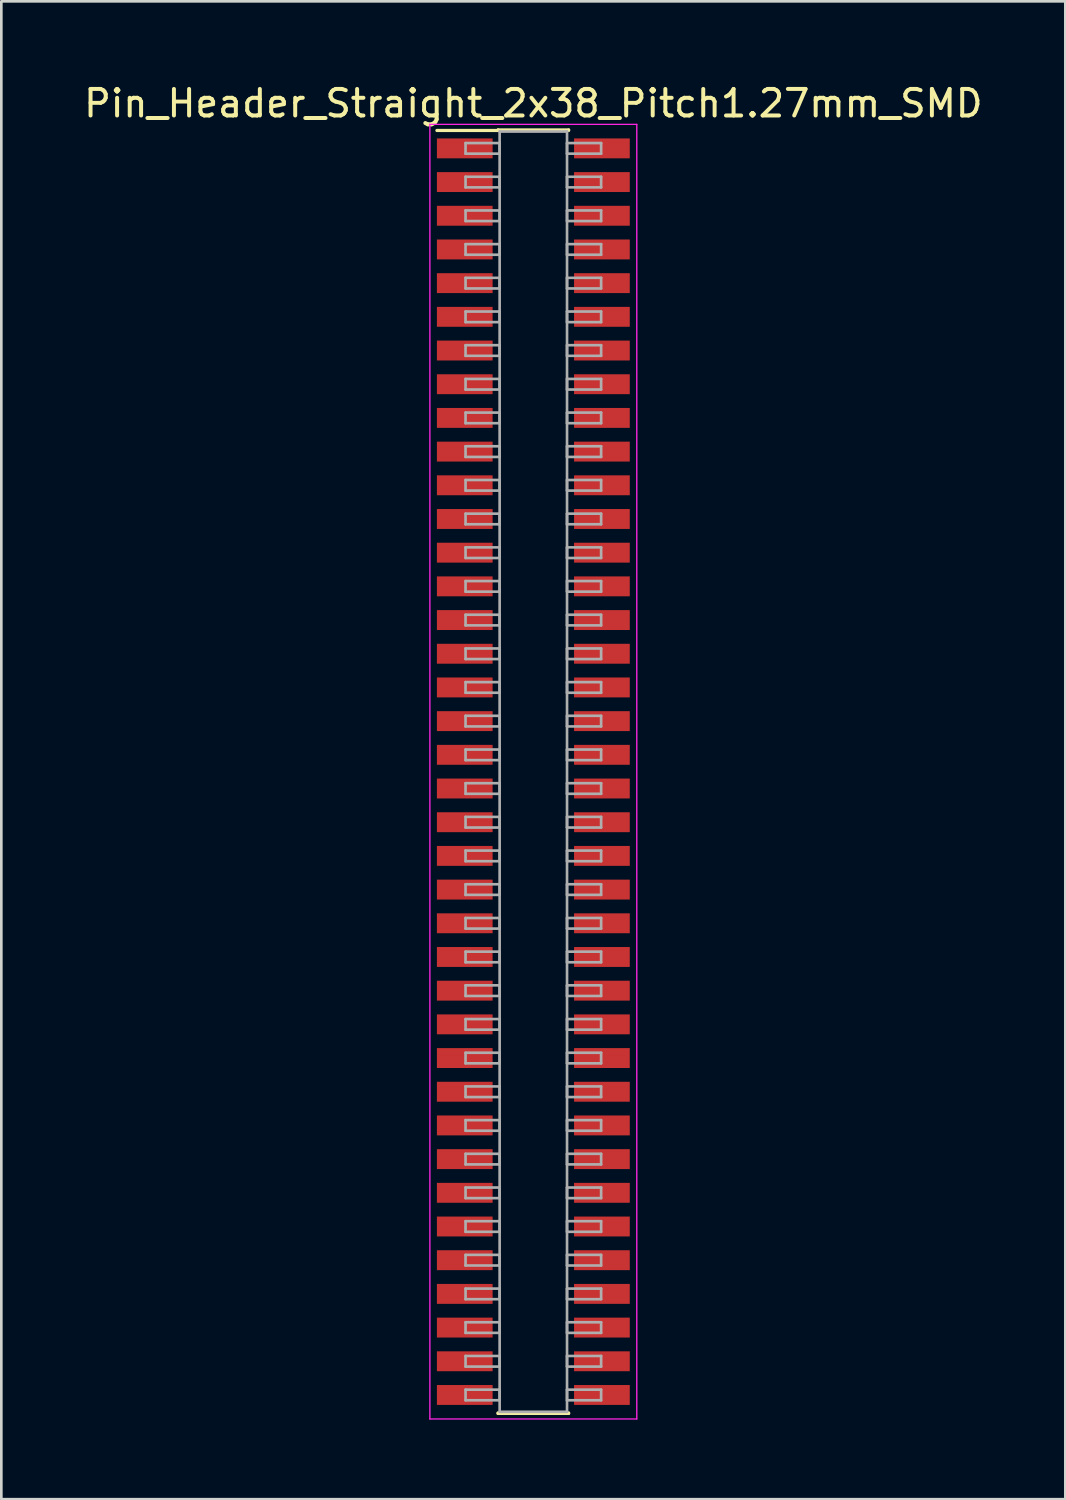
<source format=kicad_pcb>
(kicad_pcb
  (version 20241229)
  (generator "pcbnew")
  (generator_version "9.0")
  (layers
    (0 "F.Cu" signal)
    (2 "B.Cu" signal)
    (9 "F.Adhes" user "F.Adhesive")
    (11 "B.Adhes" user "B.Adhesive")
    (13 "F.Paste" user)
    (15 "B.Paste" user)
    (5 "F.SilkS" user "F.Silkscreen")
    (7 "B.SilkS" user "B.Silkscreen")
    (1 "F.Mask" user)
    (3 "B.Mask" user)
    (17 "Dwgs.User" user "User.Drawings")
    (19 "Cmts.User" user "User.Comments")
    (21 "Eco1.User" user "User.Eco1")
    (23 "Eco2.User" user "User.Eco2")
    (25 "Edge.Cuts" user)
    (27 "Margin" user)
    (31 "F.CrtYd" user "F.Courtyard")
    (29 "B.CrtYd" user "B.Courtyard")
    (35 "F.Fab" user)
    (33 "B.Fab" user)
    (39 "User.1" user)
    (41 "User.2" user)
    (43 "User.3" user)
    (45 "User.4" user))
  (footprint "Pin_Header_Straight_2x38_Pitch1.27mm_SMD"
    (layer "F.Cu")
    (at 17.054 26.038)
    (property "Reference" "Pin_Header_Straight_2x38_Pitch1.27mm_SMD" (at 0 -25.19 0) (layer "F.SilkS") (effects (font (size 1 1) (thickness 0.15))))
    (attr smd)
    (fp_line (start -3.635 -24.17) (end -1.33 -24.17) (stroke (width 0.12) (type solid)) (layer "F.SilkS"))
    (fp_line (start -1.33 -24.19) (end 1.33 -24.19) (stroke (width 0.12) (type solid)) (layer "F.SilkS"))
    (fp_line (start -1.33 -24.17) (end -1.33 -24.19) (stroke (width 0.12) (type solid)) (layer "F.SilkS"))
    (fp_line (start -1.33 24.17) (end -1.33 24.19) (stroke (width 0.12) (type solid)) (layer "F.SilkS"))
    (fp_line (start -1.33 24.19) (end 1.33 24.19) (stroke (width 0.12) (type solid)) (layer "F.SilkS"))
    (fp_line (start 1.33 -24.19) (end 1.33 -24.17) (stroke (width 0.12) (type solid)) (layer "F.SilkS"))
    (fp_line (start 1.33 24.19) (end 1.33 24.17) (stroke (width 0.12) (type solid)) (layer "F.SilkS"))
    (fp_line (start -3.9 -24.4) (end -3.9 24.4) (stroke (width 0.05) (type solid)) (layer "F.CrtYd"))
    (fp_line (start -3.9 24.4) (end 3.9 24.4) (stroke (width 0.05) (type solid)) (layer "F.CrtYd"))
    (fp_line (start 3.9 -24.4) (end -3.9 -24.4) (stroke (width 0.05) (type solid)) (layer "F.CrtYd"))
    (fp_line (start 3.9 24.4) (end 3.9 -24.4) (stroke (width 0.05) (type solid)) (layer "F.CrtYd"))
    (fp_line (start -2.555 -23.695) (end -1.27 -23.695) (stroke (width 0.1) (type solid)) (layer "F.Fab"))
    (fp_line (start -2.555 -23.295) (end -2.555 -23.695) (stroke (width 0.1) (type solid)) (layer "F.Fab"))
    (fp_line (start -2.555 -22.425) (end -1.27 -22.425) (stroke (width 0.1) (type solid)) (layer "F.Fab"))
    (fp_line (start -2.555 -22.025) (end -2.555 -22.425) (stroke (width 0.1) (type solid)) (layer "F.Fab"))
    (fp_line (start -2.555 -21.155) (end -1.27 -21.155) (stroke (width 0.1) (type solid)) (layer "F.Fab"))
    (fp_line (start -2.555 -20.755) (end -2.555 -21.155) (stroke (width 0.1) (type solid)) (layer "F.Fab"))
    (fp_line (start -2.555 -19.885) (end -1.27 -19.885) (stroke (width 0.1) (type solid)) (layer "F.Fab"))
    (fp_line (start -2.555 -19.485) (end -2.555 -19.885) (stroke (width 0.1) (type solid)) (layer "F.Fab"))
    (fp_line (start -2.555 -18.615) (end -1.27 -18.615) (stroke (width 0.1) (type solid)) (layer "F.Fab"))
    (fp_line (start -2.555 -18.215) (end -2.555 -18.615) (stroke (width 0.1) (type solid)) (layer "F.Fab"))
    (fp_line (start -2.555 -17.345) (end -1.27 -17.345) (stroke (width 0.1) (type solid)) (layer "F.Fab"))
    (fp_line (start -2.555 -16.945) (end -2.555 -17.345) (stroke (width 0.1) (type solid)) (layer "F.Fab"))
    (fp_line (start -2.555 -16.075) (end -1.27 -16.075) (stroke (width 0.1) (type solid)) (layer "F.Fab"))
    (fp_line (start -2.555 -15.675) (end -2.555 -16.075) (stroke (width 0.1) (type solid)) (layer "F.Fab"))
    (fp_line (start -2.555 -14.805) (end -1.27 -14.805) (stroke (width 0.1) (type solid)) (layer "F.Fab"))
    (fp_line (start -2.555 -14.405) (end -2.555 -14.805) (stroke (width 0.1) (type solid)) (layer "F.Fab"))
    (fp_line (start -2.555 -13.535) (end -1.27 -13.535) (stroke (width 0.1) (type solid)) (layer "F.Fab"))
    (fp_line (start -2.555 -13.135) (end -2.555 -13.535) (stroke (width 0.1) (type solid)) (layer "F.Fab"))
    (fp_line (start -2.555 -12.265) (end -1.27 -12.265) (stroke (width 0.1) (type solid)) (layer "F.Fab"))
    (fp_line (start -2.555 -11.865) (end -2.555 -12.265) (stroke (width 0.1) (type solid)) (layer "F.Fab"))
    (fp_line (start -2.555 -10.995) (end -1.27 -10.995) (stroke (width 0.1) (type solid)) (layer "F.Fab"))
    (fp_line (start -2.555 -10.595) (end -2.555 -10.995) (stroke (width 0.1) (type solid)) (layer "F.Fab"))
    (fp_line (start -2.555 -9.725) (end -1.27 -9.725) (stroke (width 0.1) (type solid)) (layer "F.Fab"))
    (fp_line (start -2.555 -9.325) (end -2.555 -9.725) (stroke (width 0.1) (type solid)) (layer "F.Fab"))
    (fp_line (start -2.555 -8.455) (end -1.27 -8.455) (stroke (width 0.1) (type solid)) (layer "F.Fab"))
    (fp_line (start -2.555 -8.055) (end -2.555 -8.455) (stroke (width 0.1) (type solid)) (layer "F.Fab"))
    (fp_line (start -2.555 -7.185) (end -1.27 -7.185) (stroke (width 0.1) (type solid)) (layer "F.Fab"))
    (fp_line (start -2.555 -6.785) (end -2.555 -7.185) (stroke (width 0.1) (type solid)) (layer "F.Fab"))
    (fp_line (start -2.555 -5.915) (end -1.27 -5.915) (stroke (width 0.1) (type solid)) (layer "F.Fab"))
    (fp_line (start -2.555 -5.515) (end -2.555 -5.915) (stroke (width 0.1) (type solid)) (layer "F.Fab"))
    (fp_line (start -2.555 -4.645) (end -1.27 -4.645) (stroke (width 0.1) (type solid)) (layer "F.Fab"))
    (fp_line (start -2.555 -4.245) (end -2.555 -4.645) (stroke (width 0.1) (type solid)) (layer "F.Fab"))
    (fp_line (start -2.555 -3.375) (end -1.27 -3.375) (stroke (width 0.1) (type solid)) (layer "F.Fab"))
    (fp_line (start -2.555 -2.975) (end -2.555 -3.375) (stroke (width 0.1) (type solid)) (layer "F.Fab"))
    (fp_line (start -2.555 -2.105) (end -1.27 -2.105) (stroke (width 0.1) (type solid)) (layer "F.Fab"))
    (fp_line (start -2.555 -1.705) (end -2.555 -2.105) (stroke (width 0.1) (type solid)) (layer "F.Fab"))
    (fp_line (start -2.555 -0.835) (end -1.27 -0.835) (stroke (width 0.1) (type solid)) (layer "F.Fab"))
    (fp_line (start -2.555 -0.435) (end -2.555 -0.835) (stroke (width 0.1) (type solid)) (layer "F.Fab"))
    (fp_line (start -2.555 0.435) (end -1.27 0.435) (stroke (width 0.1) (type solid)) (layer "F.Fab"))
    (fp_line (start -2.555 0.835) (end -2.555 0.435) (stroke (width 0.1) (type solid)) (layer "F.Fab"))
    (fp_line (start -2.555 1.705) (end -1.27 1.705) (stroke (width 0.1) (type solid)) (layer "F.Fab"))
    (fp_line (start -2.555 2.105) (end -2.555 1.705) (stroke (width 0.1) (type solid)) (layer "F.Fab"))
    (fp_line (start -2.555 2.975) (end -1.27 2.975) (stroke (width 0.1) (type solid)) (layer "F.Fab"))
    (fp_line (start -2.555 3.375) (end -2.555 2.975) (stroke (width 0.1) (type solid)) (layer "F.Fab"))
    (fp_line (start -2.555 4.245) (end -1.27 4.245) (stroke (width 0.1) (type solid)) (layer "F.Fab"))
    (fp_line (start -2.555 4.645) (end -2.555 4.245) (stroke (width 0.1) (type solid)) (layer "F.Fab"))
    (fp_line (start -2.555 5.515) (end -1.27 5.515) (stroke (width 0.1) (type solid)) (layer "F.Fab"))
    (fp_line (start -2.555 5.915) (end -2.555 5.515) (stroke (width 0.1) (type solid)) (layer "F.Fab"))
    (fp_line (start -2.555 6.785) (end -1.27 6.785) (stroke (width 0.1) (type solid)) (layer "F.Fab"))
    (fp_line (start -2.555 7.185) (end -2.555 6.785) (stroke (width 0.1) (type solid)) (layer "F.Fab"))
    (fp_line (start -2.555 8.055) (end -1.27 8.055) (stroke (width 0.1) (type solid)) (layer "F.Fab"))
    (fp_line (start -2.555 8.455) (end -2.555 8.055) (stroke (width 0.1) (type solid)) (layer "F.Fab"))
    (fp_line (start -2.555 9.325) (end -1.27 9.325) (stroke (width 0.1) (type solid)) (layer "F.Fab"))
    (fp_line (start -2.555 9.725) (end -2.555 9.325) (stroke (width 0.1) (type solid)) (layer "F.Fab"))
    (fp_line (start -2.555 10.595) (end -1.27 10.595) (stroke (width 0.1) (type solid)) (layer "F.Fab"))
    (fp_line (start -2.555 10.995) (end -2.555 10.595) (stroke (width 0.1) (type solid)) (layer "F.Fab"))
    (fp_line (start -2.555 11.865) (end -1.27 11.865) (stroke (width 0.1) (type solid)) (layer "F.Fab"))
    (fp_line (start -2.555 12.265) (end -2.555 11.865) (stroke (width 0.1) (type solid)) (layer "F.Fab"))
    (fp_line (start -2.555 13.135) (end -1.27 13.135) (stroke (width 0.1) (type solid)) (layer "F.Fab"))
    (fp_line (start -2.555 13.535) (end -2.555 13.135) (stroke (width 0.1) (type solid)) (layer "F.Fab"))
    (fp_line (start -2.555 14.405) (end -1.27 14.405) (stroke (width 0.1) (type solid)) (layer "F.Fab"))
    (fp_line (start -2.555 14.805) (end -2.555 14.405) (stroke (width 0.1) (type solid)) (layer "F.Fab"))
    (fp_line (start -2.555 15.675) (end -1.27 15.675) (stroke (width 0.1) (type solid)) (layer "F.Fab"))
    (fp_line (start -2.555 16.075) (end -2.555 15.675) (stroke (width 0.1) (type solid)) (layer "F.Fab"))
    (fp_line (start -2.555 16.945) (end -1.27 16.945) (stroke (width 0.1) (type solid)) (layer "F.Fab"))
    (fp_line (start -2.555 17.345) (end -2.555 16.945) (stroke (width 0.1) (type solid)) (layer "F.Fab"))
    (fp_line (start -2.555 18.215) (end -1.27 18.215) (stroke (width 0.1) (type solid)) (layer "F.Fab"))
    (fp_line (start -2.555 18.615) (end -2.555 18.215) (stroke (width 0.1) (type solid)) (layer "F.Fab"))
    (fp_line (start -2.555 19.485) (end -1.27 19.485) (stroke (width 0.1) (type solid)) (layer "F.Fab"))
    (fp_line (start -2.555 19.885) (end -2.555 19.485) (stroke (width 0.1) (type solid)) (layer "F.Fab"))
    (fp_line (start -2.555 20.755) (end -1.27 20.755) (stroke (width 0.1) (type solid)) (layer "F.Fab"))
    (fp_line (start -2.555 21.155) (end -2.555 20.755) (stroke (width 0.1) (type solid)) (layer "F.Fab"))
    (fp_line (start -2.555 22.025) (end -1.27 22.025) (stroke (width 0.1) (type solid)) (layer "F.Fab"))
    (fp_line (start -2.555 22.425) (end -2.555 22.025) (stroke (width 0.1) (type solid)) (layer "F.Fab"))
    (fp_line (start -2.555 23.295) (end -1.27 23.295) (stroke (width 0.1) (type solid)) (layer "F.Fab"))
    (fp_line (start -2.555 23.695) (end -2.555 23.295) (stroke (width 0.1) (type solid)) (layer "F.Fab"))
    (fp_line (start -1.27 -24.13) (end -1.27 24.13) (stroke (width 0.1) (type solid)) (layer "F.Fab"))
    (fp_line (start -1.27 -23.695) (end -1.27 -23.295) (stroke (width 0.1) (type solid)) (layer "F.Fab"))
    (fp_line (start -1.27 -23.295) (end -2.555 -23.295) (stroke (width 0.1) (type solid)) (layer "F.Fab"))
    (fp_line (start -1.27 -22.425) (end -1.27 -22.025) (stroke (width 0.1) (type solid)) (layer "F.Fab"))
    (fp_line (start -1.27 -22.025) (end -2.555 -22.025) (stroke (width 0.1) (type solid)) (layer "F.Fab"))
    (fp_line (start -1.27 -21.155) (end -1.27 -20.755) (stroke (width 0.1) (type solid)) (layer "F.Fab"))
    (fp_line (start -1.27 -20.755) (end -2.555 -20.755) (stroke (width 0.1) (type solid)) (layer "F.Fab"))
    (fp_line (start -1.27 -19.885) (end -1.27 -19.485) (stroke (width 0.1) (type solid)) (layer "F.Fab"))
    (fp_line (start -1.27 -19.485) (end -2.555 -19.485) (stroke (width 0.1) (type solid)) (layer "F.Fab"))
    (fp_line (start -1.27 -18.615) (end -1.27 -18.215) (stroke (width 0.1) (type solid)) (layer "F.Fab"))
    (fp_line (start -1.27 -18.215) (end -2.555 -18.215) (stroke (width 0.1) (type solid)) (layer "F.Fab"))
    (fp_line (start -1.27 -17.345) (end -1.27 -16.945) (stroke (width 0.1) (type solid)) (layer "F.Fab"))
    (fp_line (start -1.27 -16.945) (end -2.555 -16.945) (stroke (width 0.1) (type solid)) (layer "F.Fab"))
    (fp_line (start -1.27 -16.075) (end -1.27 -15.675) (stroke (width 0.1) (type solid)) (layer "F.Fab"))
    (fp_line (start -1.27 -15.675) (end -2.555 -15.675) (stroke (width 0.1) (type solid)) (layer "F.Fab"))
    (fp_line (start -1.27 -14.805) (end -1.27 -14.405) (stroke (width 0.1) (type solid)) (layer "F.Fab"))
    (fp_line (start -1.27 -14.405) (end -2.555 -14.405) (stroke (width 0.1) (type solid)) (layer "F.Fab"))
    (fp_line (start -1.27 -13.535) (end -1.27 -13.135) (stroke (width 0.1) (type solid)) (layer "F.Fab"))
    (fp_line (start -1.27 -13.135) (end -2.555 -13.135) (stroke (width 0.1) (type solid)) (layer "F.Fab"))
    (fp_line (start -1.27 -12.265) (end -1.27 -11.865) (stroke (width 0.1) (type solid)) (layer "F.Fab"))
    (fp_line (start -1.27 -11.865) (end -2.555 -11.865) (stroke (width 0.1) (type solid)) (layer "F.Fab"))
    (fp_line (start -1.27 -10.995) (end -1.27 -10.595) (stroke (width 0.1) (type solid)) (layer "F.Fab"))
    (fp_line (start -1.27 -10.595) (end -2.555 -10.595) (stroke (width 0.1) (type solid)) (layer "F.Fab"))
    (fp_line (start -1.27 -9.725) (end -1.27 -9.325) (stroke (width 0.1) (type solid)) (layer "F.Fab"))
    (fp_line (start -1.27 -9.325) (end -2.555 -9.325) (stroke (width 0.1) (type solid)) (layer "F.Fab"))
    (fp_line (start -1.27 -8.455) (end -1.27 -8.055) (stroke (width 0.1) (type solid)) (layer "F.Fab"))
    (fp_line (start -1.27 -8.055) (end -2.555 -8.055) (stroke (width 0.1) (type solid)) (layer "F.Fab"))
    (fp_line (start -1.27 -7.185) (end -1.27 -6.785) (stroke (width 0.1) (type solid)) (layer "F.Fab"))
    (fp_line (start -1.27 -6.785) (end -2.555 -6.785) (stroke (width 0.1) (type solid)) (layer "F.Fab"))
    (fp_line (start -1.27 -5.915) (end -1.27 -5.515) (stroke (width 0.1) (type solid)) (layer "F.Fab"))
    (fp_line (start -1.27 -5.515) (end -2.555 -5.515) (stroke (width 0.1) (type solid)) (layer "F.Fab"))
    (fp_line (start -1.27 -4.645) (end -1.27 -4.245) (stroke (width 0.1) (type solid)) (layer "F.Fab"))
    (fp_line (start -1.27 -4.245) (end -2.555 -4.245) (stroke (width 0.1) (type solid)) (layer "F.Fab"))
    (fp_line (start -1.27 -3.375) (end -1.27 -2.975) (stroke (width 0.1) (type solid)) (layer "F.Fab"))
    (fp_line (start -1.27 -2.975) (end -2.555 -2.975) (stroke (width 0.1) (type solid)) (layer "F.Fab"))
    (fp_line (start -1.27 -2.105) (end -1.27 -1.705) (stroke (width 0.1) (type solid)) (layer "F.Fab"))
    (fp_line (start -1.27 -1.705) (end -2.555 -1.705) (stroke (width 0.1) (type solid)) (layer "F.Fab"))
    (fp_line (start -1.27 -0.835) (end -1.27 -0.435) (stroke (width 0.1) (type solid)) (layer "F.Fab"))
    (fp_line (start -1.27 -0.435) (end -2.555 -0.435) (stroke (width 0.1) (type solid)) (layer "F.Fab"))
    (fp_line (start -1.27 0.435) (end -1.27 0.835) (stroke (width 0.1) (type solid)) (layer "F.Fab"))
    (fp_line (start -1.27 0.835) (end -2.555 0.835) (stroke (width 0.1) (type solid)) (layer "F.Fab"))
    (fp_line (start -1.27 1.705) (end -1.27 2.105) (stroke (width 0.1) (type solid)) (layer "F.Fab"))
    (fp_line (start -1.27 2.105) (end -2.555 2.105) (stroke (width 0.1) (type solid)) (layer "F.Fab"))
    (fp_line (start -1.27 2.975) (end -1.27 3.375) (stroke (width 0.1) (type solid)) (layer "F.Fab"))
    (fp_line (start -1.27 3.375) (end -2.555 3.375) (stroke (width 0.1) (type solid)) (layer "F.Fab"))
    (fp_line (start -1.27 4.245) (end -1.27 4.645) (stroke (width 0.1) (type solid)) (layer "F.Fab"))
    (fp_line (start -1.27 4.645) (end -2.555 4.645) (stroke (width 0.1) (type solid)) (layer "F.Fab"))
    (fp_line (start -1.27 5.515) (end -1.27 5.915) (stroke (width 0.1) (type solid)) (layer "F.Fab"))
    (fp_line (start -1.27 5.915) (end -2.555 5.915) (stroke (width 0.1) (type solid)) (layer "F.Fab"))
    (fp_line (start -1.27 6.785) (end -1.27 7.185) (stroke (width 0.1) (type solid)) (layer "F.Fab"))
    (fp_line (start -1.27 7.185) (end -2.555 7.185) (stroke (width 0.1) (type solid)) (layer "F.Fab"))
    (fp_line (start -1.27 8.055) (end -1.27 8.455) (stroke (width 0.1) (type solid)) (layer "F.Fab"))
    (fp_line (start -1.27 8.455) (end -2.555 8.455) (stroke (width 0.1) (type solid)) (layer "F.Fab"))
    (fp_line (start -1.27 9.325) (end -1.27 9.725) (stroke (width 0.1) (type solid)) (layer "F.Fab"))
    (fp_line (start -1.27 9.725) (end -2.555 9.725) (stroke (width 0.1) (type solid)) (layer "F.Fab"))
    (fp_line (start -1.27 10.595) (end -1.27 10.995) (stroke (width 0.1) (type solid)) (layer "F.Fab"))
    (fp_line (start -1.27 10.995) (end -2.555 10.995) (stroke (width 0.1) (type solid)) (layer "F.Fab"))
    (fp_line (start -1.27 11.865) (end -1.27 12.265) (stroke (width 0.1) (type solid)) (layer "F.Fab"))
    (fp_line (start -1.27 12.265) (end -2.555 12.265) (stroke (width 0.1) (type solid)) (layer "F.Fab"))
    (fp_line (start -1.27 13.135) (end -1.27 13.535) (stroke (width 0.1) (type solid)) (layer "F.Fab"))
    (fp_line (start -1.27 13.535) (end -2.555 13.535) (stroke (width 0.1) (type solid)) (layer "F.Fab"))
    (fp_line (start -1.27 14.405) (end -1.27 14.805) (stroke (width 0.1) (type solid)) (layer "F.Fab"))
    (fp_line (start -1.27 14.805) (end -2.555 14.805) (stroke (width 0.1) (type solid)) (layer "F.Fab"))
    (fp_line (start -1.27 15.675) (end -1.27 16.075) (stroke (width 0.1) (type solid)) (layer "F.Fab"))
    (fp_line (start -1.27 16.075) (end -2.555 16.075) (stroke (width 0.1) (type solid)) (layer "F.Fab"))
    (fp_line (start -1.27 16.945) (end -1.27 17.345) (stroke (width 0.1) (type solid)) (layer "F.Fab"))
    (fp_line (start -1.27 17.345) (end -2.555 17.345) (stroke (width 0.1) (type solid)) (layer "F.Fab"))
    (fp_line (start -1.27 18.215) (end -1.27 18.615) (stroke (width 0.1) (type solid)) (layer "F.Fab"))
    (fp_line (start -1.27 18.615) (end -2.555 18.615) (stroke (width 0.1) (type solid)) (layer "F.Fab"))
    (fp_line (start -1.27 19.485) (end -1.27 19.885) (stroke (width 0.1) (type solid)) (layer "F.Fab"))
    (fp_line (start -1.27 19.885) (end -2.555 19.885) (stroke (width 0.1) (type solid)) (layer "F.Fab"))
    (fp_line (start -1.27 20.755) (end -1.27 21.155) (stroke (width 0.1) (type solid)) (layer "F.Fab"))
    (fp_line (start -1.27 21.155) (end -2.555 21.155) (stroke (width 0.1) (type solid)) (layer "F.Fab"))
    (fp_line (start -1.27 22.025) (end -1.27 22.425) (stroke (width 0.1) (type solid)) (layer "F.Fab"))
    (fp_line (start -1.27 22.425) (end -2.555 22.425) (stroke (width 0.1) (type solid)) (layer "F.Fab"))
    (fp_line (start -1.27 23.295) (end -1.27 23.695) (stroke (width 0.1) (type solid)) (layer "F.Fab"))
    (fp_line (start -1.27 23.695) (end -2.555 23.695) (stroke (width 0.1) (type solid)) (layer "F.Fab"))
    (fp_line (start -1.27 24.13) (end 1.27 24.13) (stroke (width 0.1) (type solid)) (layer "F.Fab"))
    (fp_line (start 1.27 -24.13) (end -1.27 -24.13) (stroke (width 0.1) (type solid)) (layer "F.Fab"))
    (fp_line (start 1.27 -23.695) (end 1.27 -23.295) (stroke (width 0.1) (type solid)) (layer "F.Fab"))
    (fp_line (start 1.27 -23.295) (end 2.555 -23.295) (stroke (width 0.1) (type solid)) (layer "F.Fab"))
    (fp_line (start 1.27 -22.425) (end 1.27 -22.025) (stroke (width 0.1) (type solid)) (layer "F.Fab"))
    (fp_line (start 1.27 -22.025) (end 2.555 -22.025) (stroke (width 0.1) (type solid)) (layer "F.Fab"))
    (fp_line (start 1.27 -21.155) (end 1.27 -20.755) (stroke (width 0.1) (type solid)) (layer "F.Fab"))
    (fp_line (start 1.27 -20.755) (end 2.555 -20.755) (stroke (width 0.1) (type solid)) (layer "F.Fab"))
    (fp_line (start 1.27 -19.885) (end 1.27 -19.485) (stroke (width 0.1) (type solid)) (layer "F.Fab"))
    (fp_line (start 1.27 -19.485) (end 2.555 -19.485) (stroke (width 0.1) (type solid)) (layer "F.Fab"))
    (fp_line (start 1.27 -18.615) (end 1.27 -18.215) (stroke (width 0.1) (type solid)) (layer "F.Fab"))
    (fp_line (start 1.27 -18.215) (end 2.555 -18.215) (stroke (width 0.1) (type solid)) (layer "F.Fab"))
    (fp_line (start 1.27 -17.345) (end 1.27 -16.945) (stroke (width 0.1) (type solid)) (layer "F.Fab"))
    (fp_line (start 1.27 -16.945) (end 2.555 -16.945) (stroke (width 0.1) (type solid)) (layer "F.Fab"))
    (fp_line (start 1.27 -16.075) (end 1.27 -15.675) (stroke (width 0.1) (type solid)) (layer "F.Fab"))
    (fp_line (start 1.27 -15.675) (end 2.555 -15.675) (stroke (width 0.1) (type solid)) (layer "F.Fab"))
    (fp_line (start 1.27 -14.805) (end 1.27 -14.405) (stroke (width 0.1) (type solid)) (layer "F.Fab"))
    (fp_line (start 1.27 -14.405) (end 2.555 -14.405) (stroke (width 0.1) (type solid)) (layer "F.Fab"))
    (fp_line (start 1.27 -13.535) (end 1.27 -13.135) (stroke (width 0.1) (type solid)) (layer "F.Fab"))
    (fp_line (start 1.27 -13.135) (end 2.555 -13.135) (stroke (width 0.1) (type solid)) (layer "F.Fab"))
    (fp_line (start 1.27 -12.265) (end 1.27 -11.865) (stroke (width 0.1) (type solid)) (layer "F.Fab"))
    (fp_line (start 1.27 -11.865) (end 2.555 -11.865) (stroke (width 0.1) (type solid)) (layer "F.Fab"))
    (fp_line (start 1.27 -10.995) (end 1.27 -10.595) (stroke (width 0.1) (type solid)) (layer "F.Fab"))
    (fp_line (start 1.27 -10.595) (end 2.555 -10.595) (stroke (width 0.1) (type solid)) (layer "F.Fab"))
    (fp_line (start 1.27 -9.725) (end 1.27 -9.325) (stroke (width 0.1) (type solid)) (layer "F.Fab"))
    (fp_line (start 1.27 -9.325) (end 2.555 -9.325) (stroke (width 0.1) (type solid)) (layer "F.Fab"))
    (fp_line (start 1.27 -8.455) (end 1.27 -8.055) (stroke (width 0.1) (type solid)) (layer "F.Fab"))
    (fp_line (start 1.27 -8.055) (end 2.555 -8.055) (stroke (width 0.1) (type solid)) (layer "F.Fab"))
    (fp_line (start 1.27 -7.185) (end 1.27 -6.785) (stroke (width 0.1) (type solid)) (layer "F.Fab"))
    (fp_line (start 1.27 -6.785) (end 2.555 -6.785) (stroke (width 0.1) (type solid)) (layer "F.Fab"))
    (fp_line (start 1.27 -5.915) (end 1.27 -5.515) (stroke (width 0.1) (type solid)) (layer "F.Fab"))
    (fp_line (start 1.27 -5.515) (end 2.555 -5.515) (stroke (width 0.1) (type solid)) (layer "F.Fab"))
    (fp_line (start 1.27 -4.645) (end 1.27 -4.245) (stroke (width 0.1) (type solid)) (layer "F.Fab"))
    (fp_line (start 1.27 -4.245) (end 2.555 -4.245) (stroke (width 0.1) (type solid)) (layer "F.Fab"))
    (fp_line (start 1.27 -3.375) (end 1.27 -2.975) (stroke (width 0.1) (type solid)) (layer "F.Fab"))
    (fp_line (start 1.27 -2.975) (end 2.555 -2.975) (stroke (width 0.1) (type solid)) (layer "F.Fab"))
    (fp_line (start 1.27 -2.105) (end 1.27 -1.705) (stroke (width 0.1) (type solid)) (layer "F.Fab"))
    (fp_line (start 1.27 -1.705) (end 2.555 -1.705) (stroke (width 0.1) (type solid)) (layer "F.Fab"))
    (fp_line (start 1.27 -0.835) (end 1.27 -0.435) (stroke (width 0.1) (type solid)) (layer "F.Fab"))
    (fp_line (start 1.27 -0.435) (end 2.555 -0.435) (stroke (width 0.1) (type solid)) (layer "F.Fab"))
    (fp_line (start 1.27 0.435) (end 1.27 0.835) (stroke (width 0.1) (type solid)) (layer "F.Fab"))
    (fp_line (start 1.27 0.835) (end 2.555 0.835) (stroke (width 0.1) (type solid)) (layer "F.Fab"))
    (fp_line (start 1.27 1.705) (end 1.27 2.105) (stroke (width 0.1) (type solid)) (layer "F.Fab"))
    (fp_line (start 1.27 2.105) (end 2.555 2.105) (stroke (width 0.1) (type solid)) (layer "F.Fab"))
    (fp_line (start 1.27 2.975) (end 1.27 3.375) (stroke (width 0.1) (type solid)) (layer "F.Fab"))
    (fp_line (start 1.27 3.375) (end 2.555 3.375) (stroke (width 0.1) (type solid)) (layer "F.Fab"))
    (fp_line (start 1.27 4.245) (end 1.27 4.645) (stroke (width 0.1) (type solid)) (layer "F.Fab"))
    (fp_line (start 1.27 4.645) (end 2.555 4.645) (stroke (width 0.1) (type solid)) (layer "F.Fab"))
    (fp_line (start 1.27 5.515) (end 1.27 5.915) (stroke (width 0.1) (type solid)) (layer "F.Fab"))
    (fp_line (start 1.27 5.915) (end 2.555 5.915) (stroke (width 0.1) (type solid)) (layer "F.Fab"))
    (fp_line (start 1.27 6.785) (end 1.27 7.185) (stroke (width 0.1) (type solid)) (layer "F.Fab"))
    (fp_line (start 1.27 7.185) (end 2.555 7.185) (stroke (width 0.1) (type solid)) (layer "F.Fab"))
    (fp_line (start 1.27 8.055) (end 1.27 8.455) (stroke (width 0.1) (type solid)) (layer "F.Fab"))
    (fp_line (start 1.27 8.455) (end 2.555 8.455) (stroke (width 0.1) (type solid)) (layer "F.Fab"))
    (fp_line (start 1.27 9.325) (end 1.27 9.725) (stroke (width 0.1) (type solid)) (layer "F.Fab"))
    (fp_line (start 1.27 9.725) (end 2.555 9.725) (stroke (width 0.1) (type solid)) (layer "F.Fab"))
    (fp_line (start 1.27 10.595) (end 1.27 10.995) (stroke (width 0.1) (type solid)) (layer "F.Fab"))
    (fp_line (start 1.27 10.995) (end 2.555 10.995) (stroke (width 0.1) (type solid)) (layer "F.Fab"))
    (fp_line (start 1.27 11.865) (end 1.27 12.265) (stroke (width 0.1) (type solid)) (layer "F.Fab"))
    (fp_line (start 1.27 12.265) (end 2.555 12.265) (stroke (width 0.1) (type solid)) (layer "F.Fab"))
    (fp_line (start 1.27 13.135) (end 1.27 13.535) (stroke (width 0.1) (type solid)) (layer "F.Fab"))
    (fp_line (start 1.27 13.535) (end 2.555 13.535) (stroke (width 0.1) (type solid)) (layer "F.Fab"))
    (fp_line (start 1.27 14.405) (end 1.27 14.805) (stroke (width 0.1) (type solid)) (layer "F.Fab"))
    (fp_line (start 1.27 14.805) (end 2.555 14.805) (stroke (width 0.1) (type solid)) (layer "F.Fab"))
    (fp_line (start 1.27 15.675) (end 1.27 16.075) (stroke (width 0.1) (type solid)) (layer "F.Fab"))
    (fp_line (start 1.27 16.075) (end 2.555 16.075) (stroke (width 0.1) (type solid)) (layer "F.Fab"))
    (fp_line (start 1.27 16.945) (end 1.27 17.345) (stroke (width 0.1) (type solid)) (layer "F.Fab"))
    (fp_line (start 1.27 17.345) (end 2.555 17.345) (stroke (width 0.1) (type solid)) (layer "F.Fab"))
    (fp_line (start 1.27 18.215) (end 1.27 18.615) (stroke (width 0.1) (type solid)) (layer "F.Fab"))
    (fp_line (start 1.27 18.615) (end 2.555 18.615) (stroke (width 0.1) (type solid)) (layer "F.Fab"))
    (fp_line (start 1.27 19.485) (end 1.27 19.885) (stroke (width 0.1) (type solid)) (layer "F.Fab"))
    (fp_line (start 1.27 19.885) (end 2.555 19.885) (stroke (width 0.1) (type solid)) (layer "F.Fab"))
    (fp_line (start 1.27 20.755) (end 1.27 21.155) (stroke (width 0.1) (type solid)) (layer "F.Fab"))
    (fp_line (start 1.27 21.155) (end 2.555 21.155) (stroke (width 0.1) (type solid)) (layer "F.Fab"))
    (fp_line (start 1.27 22.025) (end 1.27 22.425) (stroke (width 0.1) (type solid)) (layer "F.Fab"))
    (fp_line (start 1.27 22.425) (end 2.555 22.425) (stroke (width 0.1) (type solid)) (layer "F.Fab"))
    (fp_line (start 1.27 23.295) (end 1.27 23.695) (stroke (width 0.1) (type solid)) (layer "F.Fab"))
    (fp_line (start 1.27 23.695) (end 2.555 23.695) (stroke (width 0.1) (type solid)) (layer "F.Fab"))
    (fp_line (start 1.27 24.13) (end 1.27 -24.13) (stroke (width 0.1) (type solid)) (layer "F.Fab"))
    (fp_line (start 2.555 -23.695) (end 1.27 -23.695) (stroke (width 0.1) (type solid)) (layer "F.Fab"))
    (fp_line (start 2.555 -23.295) (end 2.555 -23.695) (stroke (width 0.1) (type solid)) (layer "F.Fab"))
    (fp_line (start 2.555 -22.425) (end 1.27 -22.425) (stroke (width 0.1) (type solid)) (layer "F.Fab"))
    (fp_line (start 2.555 -22.025) (end 2.555 -22.425) (stroke (width 0.1) (type solid)) (layer "F.Fab"))
    (fp_line (start 2.555 -21.155) (end 1.27 -21.155) (stroke (width 0.1) (type solid)) (layer "F.Fab"))
    (fp_line (start 2.555 -20.755) (end 2.555 -21.155) (stroke (width 0.1) (type solid)) (layer "F.Fab"))
    (fp_line (start 2.555 -19.885) (end 1.27 -19.885) (stroke (width 0.1) (type solid)) (layer "F.Fab"))
    (fp_line (start 2.555 -19.485) (end 2.555 -19.885) (stroke (width 0.1) (type solid)) (layer "F.Fab"))
    (fp_line (start 2.555 -18.615) (end 1.27 -18.615) (stroke (width 0.1) (type solid)) (layer "F.Fab"))
    (fp_line (start 2.555 -18.215) (end 2.555 -18.615) (stroke (width 0.1) (type solid)) (layer "F.Fab"))
    (fp_line (start 2.555 -17.345) (end 1.27 -17.345) (stroke (width 0.1) (type solid)) (layer "F.Fab"))
    (fp_line (start 2.555 -16.945) (end 2.555 -17.345) (stroke (width 0.1) (type solid)) (layer "F.Fab"))
    (fp_line (start 2.555 -16.075) (end 1.27 -16.075) (stroke (width 0.1) (type solid)) (layer "F.Fab"))
    (fp_line (start 2.555 -15.675) (end 2.555 -16.075) (stroke (width 0.1) (type solid)) (layer "F.Fab"))
    (fp_line (start 2.555 -14.805) (end 1.27 -14.805) (stroke (width 0.1) (type solid)) (layer "F.Fab"))
    (fp_line (start 2.555 -14.405) (end 2.555 -14.805) (stroke (width 0.1) (type solid)) (layer "F.Fab"))
    (fp_line (start 2.555 -13.535) (end 1.27 -13.535) (stroke (width 0.1) (type solid)) (layer "F.Fab"))
    (fp_line (start 2.555 -13.135) (end 2.555 -13.535) (stroke (width 0.1) (type solid)) (layer "F.Fab"))
    (fp_line (start 2.555 -12.265) (end 1.27 -12.265) (stroke (width 0.1) (type solid)) (layer "F.Fab"))
    (fp_line (start 2.555 -11.865) (end 2.555 -12.265) (stroke (width 0.1) (type solid)) (layer "F.Fab"))
    (fp_line (start 2.555 -10.995) (end 1.27 -10.995) (stroke (width 0.1) (type solid)) (layer "F.Fab"))
    (fp_line (start 2.555 -10.595) (end 2.555 -10.995) (stroke (width 0.1) (type solid)) (layer "F.Fab"))
    (fp_line (start 2.555 -9.725) (end 1.27 -9.725) (stroke (width 0.1) (type solid)) (layer "F.Fab"))
    (fp_line (start 2.555 -9.325) (end 2.555 -9.725) (stroke (width 0.1) (type solid)) (layer "F.Fab"))
    (fp_line (start 2.555 -8.455) (end 1.27 -8.455) (stroke (width 0.1) (type solid)) (layer "F.Fab"))
    (fp_line (start 2.555 -8.055) (end 2.555 -8.455) (stroke (width 0.1) (type solid)) (layer "F.Fab"))
    (fp_line (start 2.555 -7.185) (end 1.27 -7.185) (stroke (width 0.1) (type solid)) (layer "F.Fab"))
    (fp_line (start 2.555 -6.785) (end 2.555 -7.185) (stroke (width 0.1) (type solid)) (layer "F.Fab"))
    (fp_line (start 2.555 -5.915) (end 1.27 -5.915) (stroke (width 0.1) (type solid)) (layer "F.Fab"))
    (fp_line (start 2.555 -5.515) (end 2.555 -5.915) (stroke (width 0.1) (type solid)) (layer "F.Fab"))
    (fp_line (start 2.555 -4.645) (end 1.27 -4.645) (stroke (width 0.1) (type solid)) (layer "F.Fab"))
    (fp_line (start 2.555 -4.245) (end 2.555 -4.645) (stroke (width 0.1) (type solid)) (layer "F.Fab"))
    (fp_line (start 2.555 -3.375) (end 1.27 -3.375) (stroke (width 0.1) (type solid)) (layer "F.Fab"))
    (fp_line (start 2.555 -2.975) (end 2.555 -3.375) (stroke (width 0.1) (type solid)) (layer "F.Fab"))
    (fp_line (start 2.555 -2.105) (end 1.27 -2.105) (stroke (width 0.1) (type solid)) (layer "F.Fab"))
    (fp_line (start 2.555 -1.705) (end 2.555 -2.105) (stroke (width 0.1) (type solid)) (layer "F.Fab"))
    (fp_line (start 2.555 -0.835) (end 1.27 -0.835) (stroke (width 0.1) (type solid)) (layer "F.Fab"))
    (fp_line (start 2.555 -0.435) (end 2.555 -0.835) (stroke (width 0.1) (type solid)) (layer "F.Fab"))
    (fp_line (start 2.555 0.435) (end 1.27 0.435) (stroke (width 0.1) (type solid)) (layer "F.Fab"))
    (fp_line (start 2.555 0.835) (end 2.555 0.435) (stroke (width 0.1) (type solid)) (layer "F.Fab"))
    (fp_line (start 2.555 1.705) (end 1.27 1.705) (stroke (width 0.1) (type solid)) (layer "F.Fab"))
    (fp_line (start 2.555 2.105) (end 2.555 1.705) (stroke (width 0.1) (type solid)) (layer "F.Fab"))
    (fp_line (start 2.555 2.975) (end 1.27 2.975) (stroke (width 0.1) (type solid)) (layer "F.Fab"))
    (fp_line (start 2.555 3.375) (end 2.555 2.975) (stroke (width 0.1) (type solid)) (layer "F.Fab"))
    (fp_line (start 2.555 4.245) (end 1.27 4.245) (stroke (width 0.1) (type solid)) (layer "F.Fab"))
    (fp_line (start 2.555 4.645) (end 2.555 4.245) (stroke (width 0.1) (type solid)) (layer "F.Fab"))
    (fp_line (start 2.555 5.515) (end 1.27 5.515) (stroke (width 0.1) (type solid)) (layer "F.Fab"))
    (fp_line (start 2.555 5.915) (end 2.555 5.515) (stroke (width 0.1) (type solid)) (layer "F.Fab"))
    (fp_line (start 2.555 6.785) (end 1.27 6.785) (stroke (width 0.1) (type solid)) (layer "F.Fab"))
    (fp_line (start 2.555 7.185) (end 2.555 6.785) (stroke (width 0.1) (type solid)) (layer "F.Fab"))
    (fp_line (start 2.555 8.055) (end 1.27 8.055) (stroke (width 0.1) (type solid)) (layer "F.Fab"))
    (fp_line (start 2.555 8.455) (end 2.555 8.055) (stroke (width 0.1) (type solid)) (layer "F.Fab"))
    (fp_line (start 2.555 9.325) (end 1.27 9.325) (stroke (width 0.1) (type solid)) (layer "F.Fab"))
    (fp_line (start 2.555 9.725) (end 2.555 9.325) (stroke (width 0.1) (type solid)) (layer "F.Fab"))
    (fp_line (start 2.555 10.595) (end 1.27 10.595) (stroke (width 0.1) (type solid)) (layer "F.Fab"))
    (fp_line (start 2.555 10.995) (end 2.555 10.595) (stroke (width 0.1) (type solid)) (layer "F.Fab"))
    (fp_line (start 2.555 11.865) (end 1.27 11.865) (stroke (width 0.1) (type solid)) (layer "F.Fab"))
    (fp_line (start 2.555 12.265) (end 2.555 11.865) (stroke (width 0.1) (type solid)) (layer "F.Fab"))
    (fp_line (start 2.555 13.135) (end 1.27 13.135) (stroke (width 0.1) (type solid)) (layer "F.Fab"))
    (fp_line (start 2.555 13.535) (end 2.555 13.135) (stroke (width 0.1) (type solid)) (layer "F.Fab"))
    (fp_line (start 2.555 14.405) (end 1.27 14.405) (stroke (width 0.1) (type solid)) (layer "F.Fab"))
    (fp_line (start 2.555 14.805) (end 2.555 14.405) (stroke (width 0.1) (type solid)) (layer "F.Fab"))
    (fp_line (start 2.555 15.675) (end 1.27 15.675) (stroke (width 0.1) (type solid)) (layer "F.Fab"))
    (fp_line (start 2.555 16.075) (end 2.555 15.675) (stroke (width 0.1) (type solid)) (layer "F.Fab"))
    (fp_line (start 2.555 16.945) (end 1.27 16.945) (stroke (width 0.1) (type solid)) (layer "F.Fab"))
    (fp_line (start 2.555 17.345) (end 2.555 16.945) (stroke (width 0.1) (type solid)) (layer "F.Fab"))
    (fp_line (start 2.555 18.215) (end 1.27 18.215) (stroke (width 0.1) (type solid)) (layer "F.Fab"))
    (fp_line (start 2.555 18.615) (end 2.555 18.215) (stroke (width 0.1) (type solid)) (layer "F.Fab"))
    (fp_line (start 2.555 19.485) (end 1.27 19.485) (stroke (width 0.1) (type solid)) (layer "F.Fab"))
    (fp_line (start 2.555 19.885) (end 2.555 19.485) (stroke (width 0.1) (type solid)) (layer "F.Fab"))
    (fp_line (start 2.555 20.755) (end 1.27 20.755) (stroke (width 0.1) (type solid)) (layer "F.Fab"))
    (fp_line (start 2.555 21.155) (end 2.555 20.755) (stroke (width 0.1) (type solid)) (layer "F.Fab"))
    (fp_line (start 2.555 22.025) (end 1.27 22.025) (stroke (width 0.1) (type solid)) (layer "F.Fab"))
    (fp_line (start 2.555 22.425) (end 2.555 22.025) (stroke (width 0.1) (type solid)) (layer "F.Fab"))
    (fp_line (start 2.555 23.295) (end 1.27 23.295) (stroke (width 0.1) (type solid)) (layer "F.Fab"))
    (fp_line (start 2.555 23.695) (end 2.555 23.295) (stroke (width 0.1) (type solid)) (layer "F.Fab"))
    (pad "1" smd rect (at -2.585 -23.495) (size 2.1 0.75) (layers "F.Cu" "F.Mask"))
    (pad "2" smd rect (at 2.585 -23.495) (size 2.1 0.75) (layers "F.Cu" "F.Mask"))
    (pad "3" smd rect (at -2.585 -22.225) (size 2.1 0.75) (layers "F.Cu" "F.Mask"))
    (pad "4" smd rect (at 2.585 -22.225) (size 2.1 0.75) (layers "F.Cu" "F.Mask"))
    (pad "5" smd rect (at -2.585 -20.955) (size 2.1 0.75) (layers "F.Cu" "F.Mask"))
    (pad "6" smd rect (at 2.585 -20.955) (size 2.1 0.75) (layers "F.Cu" "F.Mask"))
    (pad "7" smd rect (at -2.585 -19.685) (size 2.1 0.75) (layers "F.Cu" "F.Mask"))
    (pad "8" smd rect (at 2.585 -19.685) (size 2.1 0.75) (layers "F.Cu" "F.Mask"))
    (pad "9" smd rect (at -2.585 -18.415) (size 2.1 0.75) (layers "F.Cu" "F.Mask"))
    (pad "10" smd rect (at 2.585 -18.415) (size 2.1 0.75) (layers "F.Cu" "F.Mask"))
    (pad "11" smd rect (at -2.585 -17.145) (size 2.1 0.75) (layers "F.Cu" "F.Mask"))
    (pad "12" smd rect (at 2.585 -17.145) (size 2.1 0.75) (layers "F.Cu" "F.Mask"))
    (pad "13" smd rect (at -2.585 -15.875) (size 2.1 0.75) (layers "F.Cu" "F.Mask"))
    (pad "14" smd rect (at 2.585 -15.875) (size 2.1 0.75) (layers "F.Cu" "F.Mask"))
    (pad "15" smd rect (at -2.585 -14.605) (size 2.1 0.75) (layers "F.Cu" "F.Mask"))
    (pad "16" smd rect (at 2.585 -14.605) (size 2.1 0.75) (layers "F.Cu" "F.Mask"))
    (pad "17" smd rect (at -2.585 -13.335) (size 2.1 0.75) (layers "F.Cu" "F.Mask"))
    (pad "18" smd rect (at 2.585 -13.335) (size 2.1 0.75) (layers "F.Cu" "F.Mask"))
    (pad "19" smd rect (at -2.585 -12.065) (size 2.1 0.75) (layers "F.Cu" "F.Mask"))
    (pad "20" smd rect (at 2.585 -12.065) (size 2.1 0.75) (layers "F.Cu" "F.Mask"))
    (pad "21" smd rect (at -2.585 -10.795) (size 2.1 0.75) (layers "F.Cu" "F.Mask"))
    (pad "22" smd rect (at 2.585 -10.795) (size 2.1 0.75) (layers "F.Cu" "F.Mask"))
    (pad "23" smd rect (at -2.585 -9.525) (size 2.1 0.75) (layers "F.Cu" "F.Mask"))
    (pad "24" smd rect (at 2.585 -9.525) (size 2.1 0.75) (layers "F.Cu" "F.Mask"))
    (pad "25" smd rect (at -2.585 -8.255) (size 2.1 0.75) (layers "F.Cu" "F.Mask"))
    (pad "26" smd rect (at 2.585 -8.255) (size 2.1 0.75) (layers "F.Cu" "F.Mask"))
    (pad "27" smd rect (at -2.585 -6.985) (size 2.1 0.75) (layers "F.Cu" "F.Mask"))
    (pad "28" smd rect (at 2.585 -6.985) (size 2.1 0.75) (layers "F.Cu" "F.Mask"))
    (pad "29" smd rect (at -2.585 -5.715) (size 2.1 0.75) (layers "F.Cu" "F.Mask"))
    (pad "30" smd rect (at 2.585 -5.715) (size 2.1 0.75) (layers "F.Cu" "F.Mask"))
    (pad "31" smd rect (at -2.585 -4.445) (size 2.1 0.75) (layers "F.Cu" "F.Mask"))
    (pad "32" smd rect (at 2.585 -4.445) (size 2.1 0.75) (layers "F.Cu" "F.Mask"))
    (pad "33" smd rect (at -2.585 -3.175) (size 2.1 0.75) (layers "F.Cu" "F.Mask"))
    (pad "34" smd rect (at 2.585 -3.175) (size 2.1 0.75) (layers "F.Cu" "F.Mask"))
    (pad "35" smd rect (at -2.585 -1.905) (size 2.1 0.75) (layers "F.Cu" "F.Mask"))
    (pad "36" smd rect (at 2.585 -1.905) (size 2.1 0.75) (layers "F.Cu" "F.Mask"))
    (pad "37" smd rect (at -2.585 -0.635) (size 2.1 0.75) (layers "F.Cu" "F.Mask"))
    (pad "38" smd rect (at 2.585 -0.635) (size 2.1 0.75) (layers "F.Cu" "F.Mask"))
    (pad "39" smd rect (at -2.585 0.635) (size 2.1 0.75) (layers "F.Cu" "F.Mask"))
    (pad "40" smd rect (at 2.585 0.635) (size 2.1 0.75) (layers "F.Cu" "F.Mask"))
    (pad "41" smd rect (at -2.585 1.905) (size 2.1 0.75) (layers "F.Cu" "F.Mask"))
    (pad "42" smd rect (at 2.585 1.905) (size 2.1 0.75) (layers "F.Cu" "F.Mask"))
    (pad "43" smd rect (at -2.585 3.175) (size 2.1 0.75) (layers "F.Cu" "F.Mask"))
    (pad "44" smd rect (at 2.585 3.175) (size 2.1 0.75) (layers "F.Cu" "F.Mask"))
    (pad "45" smd rect (at -2.585 4.445) (size 2.1 0.75) (layers "F.Cu" "F.Mask"))
    (pad "46" smd rect (at 2.585 4.445) (size 2.1 0.75) (layers "F.Cu" "F.Mask"))
    (pad "47" smd rect (at -2.585 5.715) (size 2.1 0.75) (layers "F.Cu" "F.Mask"))
    (pad "48" smd rect (at 2.585 5.715) (size 2.1 0.75) (layers "F.Cu" "F.Mask"))
    (pad "49" smd rect (at -2.585 6.985) (size 2.1 0.75) (layers "F.Cu" "F.Mask"))
    (pad "50" smd rect (at 2.585 6.985) (size 2.1 0.75) (layers "F.Cu" "F.Mask"))
    (pad "51" smd rect (at -2.585 8.255) (size 2.1 0.75) (layers "F.Cu" "F.Mask"))
    (pad "52" smd rect (at 2.585 8.255) (size 2.1 0.75) (layers "F.Cu" "F.Mask"))
    (pad "53" smd rect (at -2.585 9.525) (size 2.1 0.75) (layers "F.Cu" "F.Mask"))
    (pad "54" smd rect (at 2.585 9.525) (size 2.1 0.75) (layers "F.Cu" "F.Mask"))
    (pad "55" smd rect (at -2.585 10.795) (size 2.1 0.75) (layers "F.Cu" "F.Mask"))
    (pad "56" smd rect (at 2.585 10.795) (size 2.1 0.75) (layers "F.Cu" "F.Mask"))
    (pad "57" smd rect (at -2.585 12.065) (size 2.1 0.75) (layers "F.Cu" "F.Mask"))
    (pad "58" smd rect (at 2.585 12.065) (size 2.1 0.75) (layers "F.Cu" "F.Mask"))
    (pad "59" smd rect (at -2.585 13.335) (size 2.1 0.75) (layers "F.Cu" "F.Mask"))
    (pad "60" smd rect (at 2.585 13.335) (size 2.1 0.75) (layers "F.Cu" "F.Mask"))
    (pad "61" smd rect (at -2.585 14.605) (size 2.1 0.75) (layers "F.Cu" "F.Mask"))
    (pad "62" smd rect (at 2.585 14.605) (size 2.1 0.75) (layers "F.Cu" "F.Mask"))
    (pad "63" smd rect (at -2.585 15.875) (size 2.1 0.75) (layers "F.Cu" "F.Mask"))
    (pad "64" smd rect (at 2.585 15.875) (size 2.1 0.75) (layers "F.Cu" "F.Mask"))
    (pad "65" smd rect (at -2.585 17.145) (size 2.1 0.75) (layers "F.Cu" "F.Mask"))
    (pad "66" smd rect (at 2.585 17.145) (size 2.1 0.75) (layers "F.Cu" "F.Mask"))
    (pad "67" smd rect (at -2.585 18.415) (size 2.1 0.75) (layers "F.Cu" "F.Mask"))
    (pad "68" smd rect (at 2.585 18.415) (size 2.1 0.75) (layers "F.Cu" "F.Mask"))
    (pad "69" smd rect (at -2.585 19.685) (size 2.1 0.75) (layers "F.Cu" "F.Mask"))
    (pad "70" smd rect (at 2.585 19.685) (size 2.1 0.75) (layers "F.Cu" "F.Mask"))
    (pad "71" smd rect (at -2.585 20.955) (size 2.1 0.75) (layers "F.Cu" "F.Mask"))
    (pad "72" smd rect (at 2.585 20.955) (size 2.1 0.75) (layers "F.Cu" "F.Mask"))
    (pad "73" smd rect (at -2.585 22.225) (size 2.1 0.75) (layers "F.Cu" "F.Mask"))
    (pad "74" smd rect (at 2.585 22.225) (size 2.1 0.75) (layers "F.Cu" "F.Mask"))
    (pad "75" smd rect (at -2.585 23.495) (size 2.1 0.75) (layers "F.Cu" "F.Mask"))
    (pad "76" smd rect (at 2.585 23.495) (size 2.1 0.75) (layers "F.Cu" "F.Mask")))
  (gr_rect
    (start -3 -3)
    (end 37.107 53.463)
    (stroke (width 0.1) (type default))
    (fill no)
    (layer "Edge.Cuts")))
</source>
